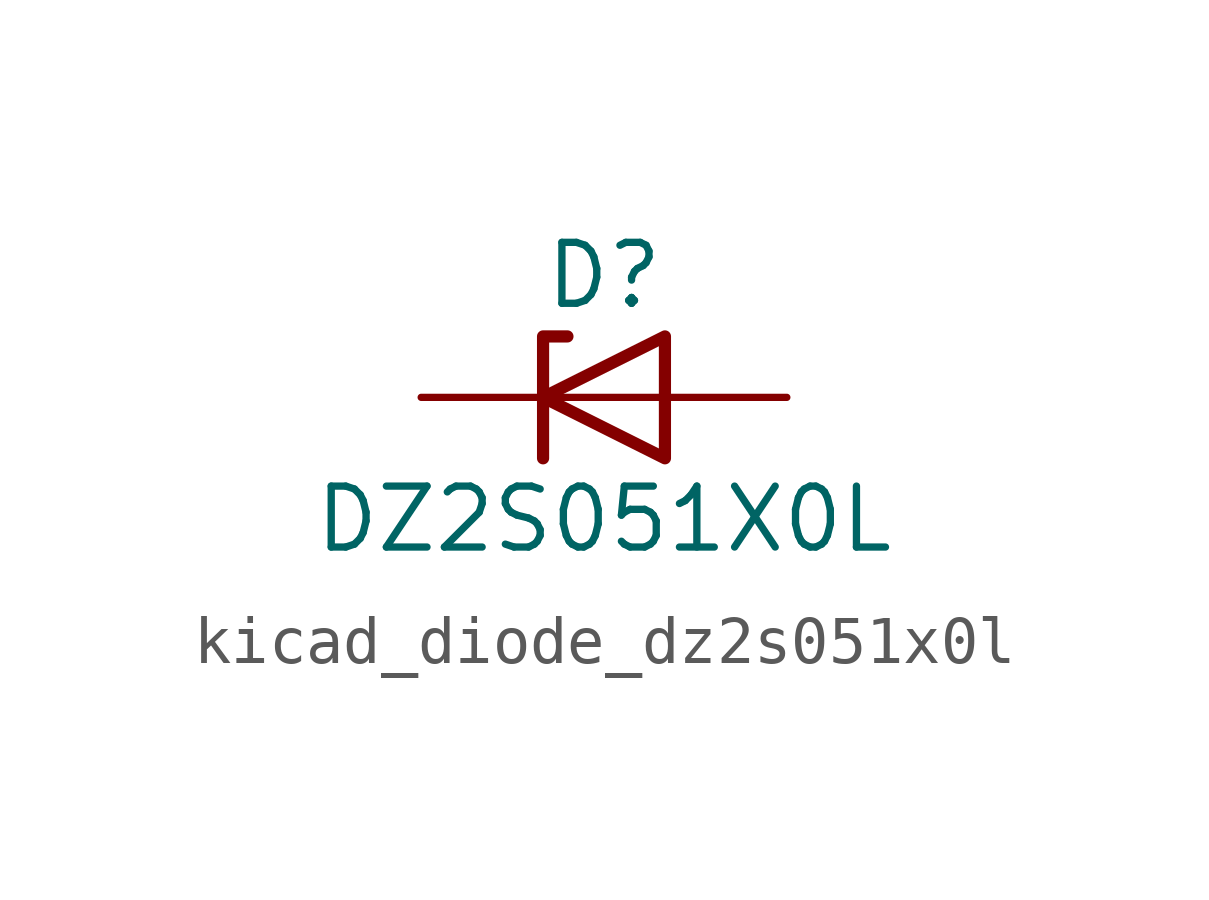
<source format=kicad_sym>
(kicad_symbol_lib
  (version 20220914)
  (generator kicad_symbol_editor)
  (symbol "kicad_diode_dz2s051x0l"
    (pin_numbers hide)
    (pin_names hide)
    (property "Reference" "D"
      (at 0 2.54 0)
      (effects (font (size 1.27 1.27))))
    (property "Value" "DZ2S051X0L"
      (at 0 -2.54 0)
      (effects (font (size 1.27 1.27))))
    (symbol "kicad_diode_dz2s051x0l_0_1"
      (polyline (pts (xy 1.27 0) (xy -1.27 0)) (stroke (width 0) (type default)) (fill (type none)))
      (polyline (pts (xy -1.27 -1.27) (xy -1.27 1.27) (xy -0.762 1.27)) (stroke (width 0.254) (type default)) (fill (type none)))
      (polyline (pts (xy 1.27 -1.27) (xy 1.27 1.27) (xy -1.27 0) (xy 1.27 -1.27)) (stroke (width 0.254) (type default)) (fill (type none))))
    (symbol "kicad_diode_dz2s051x0l_1_1"
      (pin passive line (at -3.81 0 0) (length 2.54) (name "K" (effects (font (size 1.27 1.27)))) (number "1" (effects (font (size 1.27 1.27)))))
      (pin passive line (at 3.81 0 180) (length 2.54) (name "A" (effects (font (size 1.27 1.27)))) (number "2" (effects (font (size 1.27 1.27))))))))
</source>
